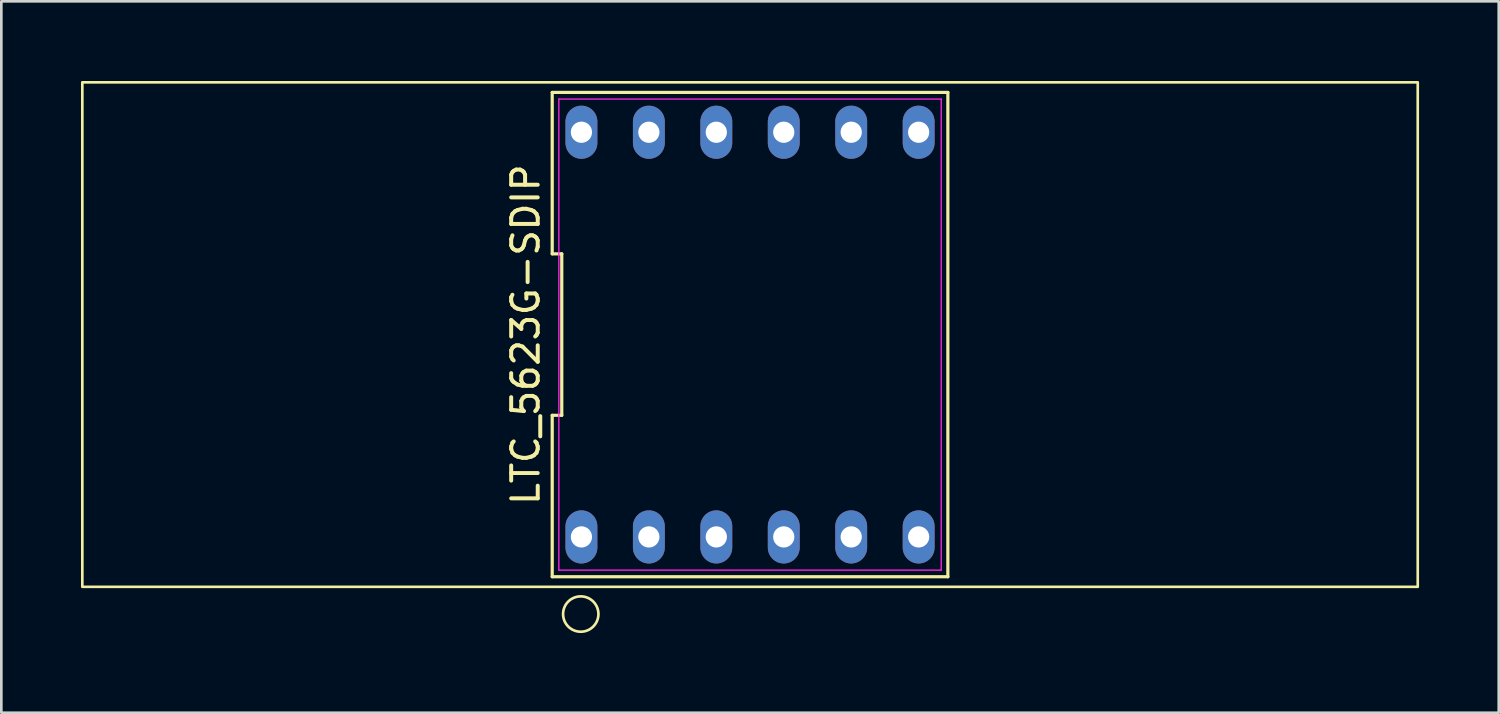
<source format=kicad_pcb>
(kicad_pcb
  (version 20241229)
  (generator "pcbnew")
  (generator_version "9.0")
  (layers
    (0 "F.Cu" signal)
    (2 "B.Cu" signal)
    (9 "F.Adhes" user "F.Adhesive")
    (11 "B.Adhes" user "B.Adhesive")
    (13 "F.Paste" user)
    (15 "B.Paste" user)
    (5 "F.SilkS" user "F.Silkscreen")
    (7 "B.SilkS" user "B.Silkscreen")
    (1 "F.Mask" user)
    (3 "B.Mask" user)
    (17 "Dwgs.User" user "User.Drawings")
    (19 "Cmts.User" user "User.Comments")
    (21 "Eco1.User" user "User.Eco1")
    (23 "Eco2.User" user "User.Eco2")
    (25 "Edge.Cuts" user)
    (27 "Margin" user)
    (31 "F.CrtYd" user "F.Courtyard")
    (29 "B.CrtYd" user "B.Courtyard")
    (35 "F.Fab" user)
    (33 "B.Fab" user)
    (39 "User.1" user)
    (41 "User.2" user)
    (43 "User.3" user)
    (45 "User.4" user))
  (footprint "LTC_5623G-SDIP"
    (layer "F.Cu")
    (at 25.196 9.55)
    (property "Reference" "LTC_5623G-SDIP" (at -8.45 0 90) (layer "F.SilkS") (effects (font (size 1 1) (thickness 0.15))))
    (attr through_hole)
    (fp_line (start -7.45 -3.04) (end -7.09 -3.04) (stroke (width 0.12) (type default)) (layer "F.SilkS"))
    (fp_line (start -7.45 3.04) (end -7.45 9.12) (stroke (width 0.12) (type default)) (layer "F.SilkS"))
    (fp_line (start -7.45 9.12) (end 7.45 9.12) (stroke (width 0.12) (type default)) (layer "F.SilkS"))
    (fp_line (start -7.45 -9.12) (end -7.45 -3.04) (stroke (width 0.12) (type default)) (layer "F.SilkS"))
    (fp_line (start -7.09 -3.04) (end -7.09 3.04) (stroke (width 0.12) (type default)) (layer "F.SilkS"))
    (fp_line (start -7.09 3.04) (end -7.45 3.04) (stroke (width 0.12) (type default)) (layer "F.SilkS"))
    (fp_line (start 7.45 9.12) (end 7.45 -9.12) (stroke (width 0.12) (type default)) (layer "F.SilkS"))
    (fp_line (start 7.45 -9.12) (end -7.45 -9.12) (stroke (width 0.12) (type default)) (layer "F.SilkS"))
    (fp_rect (start -25.146 -9.5) (end 25.146 9.5) (stroke (width 0.1) (type solid)) (fill no) (layer "F.SilkS"))
    (fp_circle (center -6.375 10.525) (end -5.825 10.9) (stroke (width 0.1) (type solid)) (fill no) (layer "F.SilkS"))
    (fp_line (start -7.2 -8.87) (end 7.2 -8.87) (stroke (width 0.05) (type default)) (layer "F.CrtYd"))
    (fp_line (start -7.2 8.87) (end -7.2 -8.87) (stroke (width 0.05) (type default)) (layer "F.CrtYd"))
    (fp_line (start 7.2 -8.87) (end 7.2 8.87) (stroke (width 0.05) (type default)) (layer "F.CrtYd"))
    (fp_line (start 7.2 8.87) (end -7.2 8.87) (stroke (width 0.05) (type default)) (layer "F.CrtYd"))
    (pad "1" thru_hole oval (at -6.35 7.62) (size 1.2 2) (drill 0.8) (layers "*.Cu" "*.Mask"))
    (pad "2" thru_hole oval (at -3.81 7.62) (size 1.2 2) (drill 0.8) (layers "*.Cu" "*.Mask"))
    (pad "3" thru_hole oval (at -1.27 7.62) (size 1.2 2) (drill 0.8) (layers "*.Cu" "*.Mask"))
    (pad "4" thru_hole oval (at 1.27 7.62) (size 1.2 2) (drill 0.8) (layers "*.Cu" "*.Mask"))
    (pad "5" thru_hole oval (at 3.81 7.62) (size 1.2 2) (drill 0.8) (layers "*.Cu" "*.Mask"))
    (pad "6" thru_hole oval (at 6.35 7.62) (size 1.2 2) (drill 0.8) (layers "*.Cu" "*.Mask"))
    (pad "7" thru_hole oval (at 6.35 -7.62) (size 1.2 2) (drill 0.8) (layers "*.Cu" "*.Mask"))
    (pad "8" thru_hole oval (at 3.81 -7.62) (size 1.2 2) (drill 0.8) (layers "*.Cu" "*.Mask"))
    (pad "9" thru_hole oval (at 1.27 -7.62) (size 1.2 2) (drill 0.8) (layers "*.Cu" "*.Mask"))
    (pad "10" thru_hole oval (at -1.27 -7.62) (size 1.2 2) (drill 0.8) (layers "*.Cu" "*.Mask"))
    (pad "11" thru_hole oval (at -3.81 -7.62) (size 1.2 2) (drill 0.8) (layers "*.Cu" "*.Mask"))
    (pad "12" thru_hole oval (at -6.35 -7.62) (size 1.2 2) (drill 0.8) (layers "*.Cu" "*.Mask")))
  (gr_rect
    (start -3 -3)
    (end 53.392 23.79)
    (stroke (width 0.1) (type default))
    (fill no)
    (layer "Edge.Cuts")))
</source>
